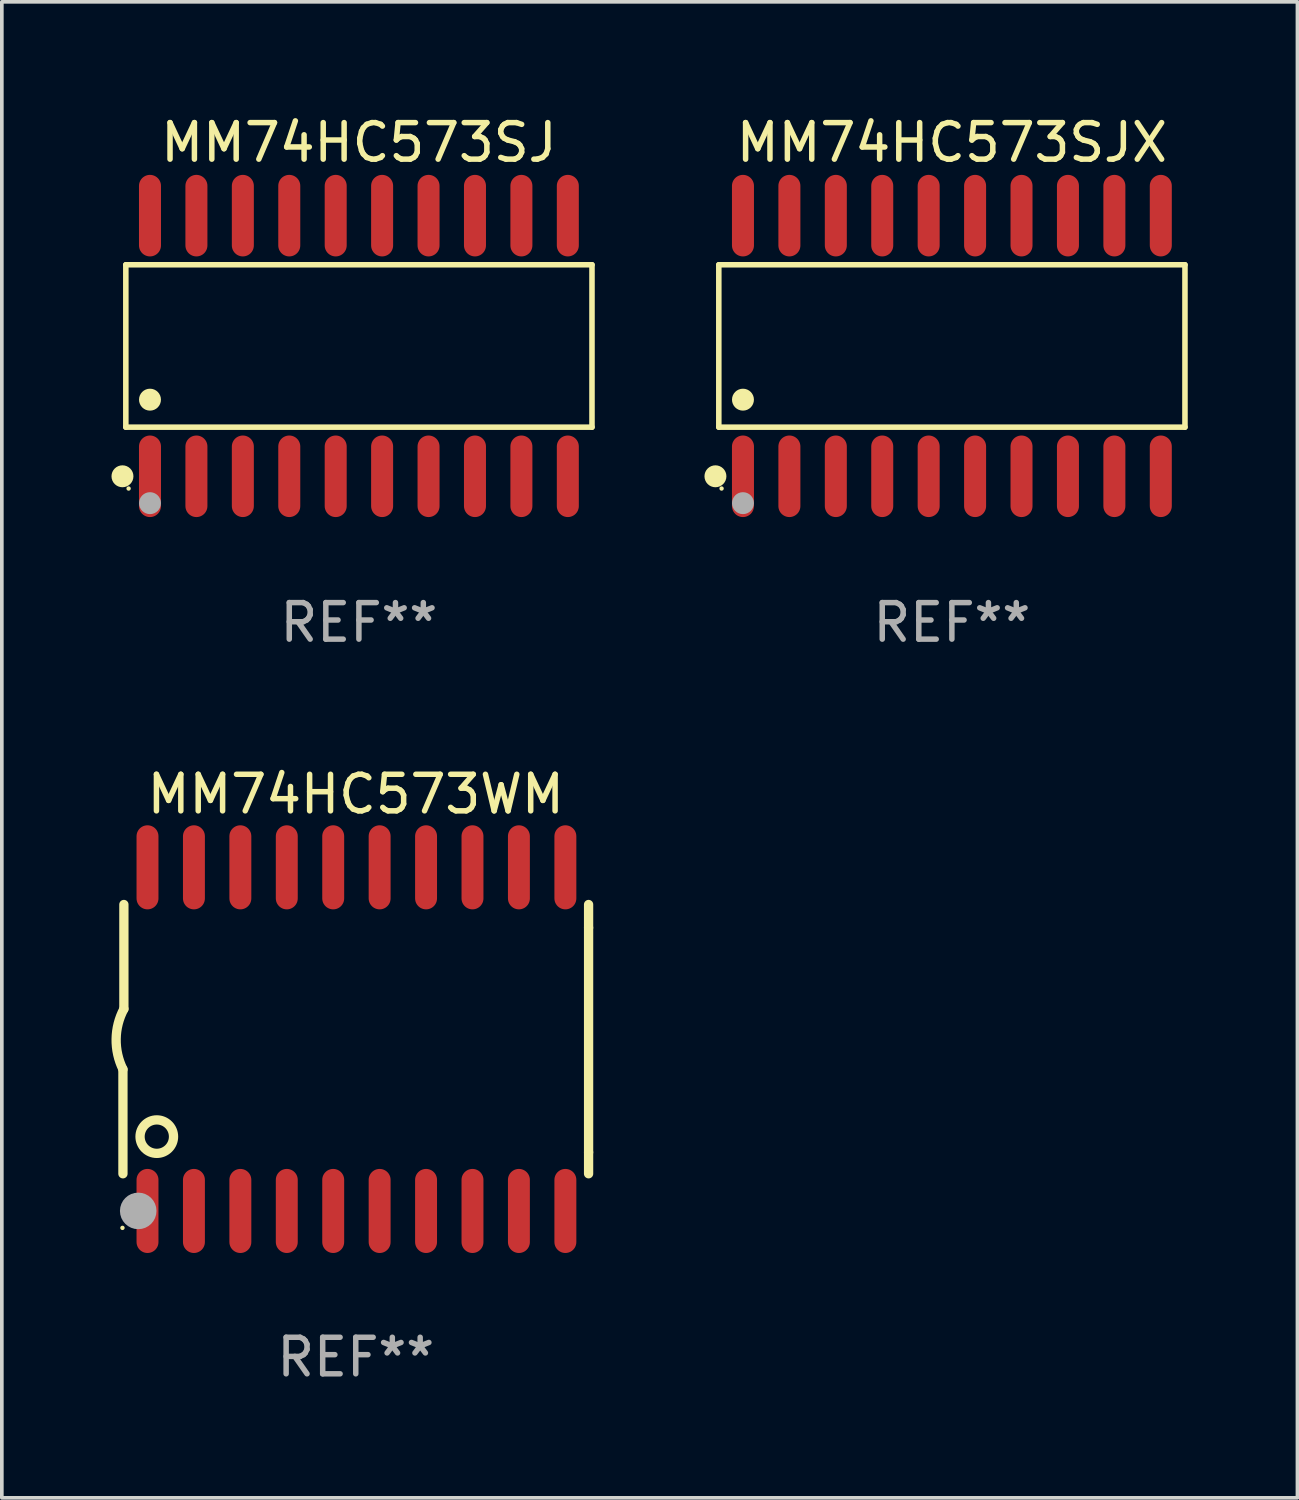
<source format=kicad_pcb>
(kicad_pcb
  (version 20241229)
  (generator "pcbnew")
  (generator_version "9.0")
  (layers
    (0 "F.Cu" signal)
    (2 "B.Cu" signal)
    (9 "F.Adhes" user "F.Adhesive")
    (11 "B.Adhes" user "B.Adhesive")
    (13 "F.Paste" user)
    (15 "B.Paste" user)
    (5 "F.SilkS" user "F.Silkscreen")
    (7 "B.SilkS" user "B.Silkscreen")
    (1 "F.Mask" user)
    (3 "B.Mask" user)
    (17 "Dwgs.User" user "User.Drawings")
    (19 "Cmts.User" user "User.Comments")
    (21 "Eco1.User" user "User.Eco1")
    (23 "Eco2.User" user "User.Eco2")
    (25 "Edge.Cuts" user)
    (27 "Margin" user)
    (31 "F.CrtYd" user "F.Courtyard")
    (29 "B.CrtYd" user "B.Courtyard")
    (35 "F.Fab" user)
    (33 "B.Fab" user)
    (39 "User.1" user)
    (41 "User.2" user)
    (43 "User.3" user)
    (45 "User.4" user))
  (footprint "MM74HC573WM"
    (layer "F.Cu")
    (at 6.682 25.376)
    (property "Reference" "MM74HC573WM" (at 0 -6.7 0) (layer "F.SilkS") (effects (font (size 1 1) (thickness 0.15))))
    (attr through_hole)
    (fp_line (start -6.369 0.826) (end -6.369 3.683) (stroke (width 0.254) (type solid)) (layer "F.SilkS"))
    (fp_line (start -6.343 -0.825) (end -6.343 -3.683) (stroke (width 0.254) (type solid)) (layer "F.SilkS"))
    (fp_line (start 6.369 -3.048) (end 6.369 -3.683) (stroke (width 0.254) (type solid)) (layer "F.SilkS"))
    (fp_line (start 6.369 -3.048) (end 6.369 3.096) (stroke (width 0.254) (type solid)) (layer "F.SilkS"))
    (fp_line (start 6.369 3.096) (end 6.369 3.683) (stroke (width 0.254) (type solid)) (layer "F.SilkS"))
    (fp_arc (start -6.36853 0.825552) (mid -6.554743 -0.00301) (end -6.343129 -0.825451) (stroke (width 0.254001) (type solid)) (layer "F.SilkS"))
    (fp_circle (center -6.382 5.163) (end -6.352 5.163) (stroke (width 0.06) (type solid)) (fill no) (layer "F.SilkS"))
    (fp_circle (center -5.443 2.667) (end -4.985 2.667) (stroke (width 0.254) (type solid)) (fill no) (layer "F.SilkS"))
    (fp_circle (center -5.951 4.699) (end -5.701 4.699) (stroke (width 0.5) (type solid)) (fill no) (layer "F.Fab"))
    (fp_text user "REF**" (at 0 8.7 0) (layer "F.Fab") (effects (font (size 1 1) (thickness 0.15))))
    (pad "1" smd oval (at -5.697 4.7 180) (size 0.6 2.3) (layers "F.Cu" "F.Mask" "F.Paste"))
    (pad "2" smd oval (at -4.427 4.7 180) (size 0.6 2.3) (layers "F.Cu" "F.Mask" "F.Paste"))
    (pad "3" smd oval (at -3.157 4.7 180) (size 0.6 2.3) (layers "F.Cu" "F.Mask" "F.Paste"))
    (pad "4" smd oval (at -1.887 4.7 180) (size 0.6 2.3) (layers "F.Cu" "F.Mask" "F.Paste"))
    (pad "5" smd oval (at -0.617 4.7 180) (size 0.6 2.3) (layers "F.Cu" "F.Mask" "F.Paste"))
    (pad "6" smd oval (at 0.653 4.7 180) (size 0.6 2.3) (layers "F.Cu" "F.Mask" "F.Paste"))
    (pad "7" smd oval (at 1.923 4.7 180) (size 0.6 2.3) (layers "F.Cu" "F.Mask" "F.Paste"))
    (pad "8" smd oval (at 3.193 4.7 180) (size 0.6 2.3) (layers "F.Cu" "F.Mask" "F.Paste"))
    (pad "9" smd oval (at 4.463 4.7 180) (size 0.6 2.3) (layers "F.Cu" "F.Mask" "F.Paste"))
    (pad "10" smd oval (at 5.734 4.7 180) (size 0.6 2.3) (layers "F.Cu" "F.Mask" "F.Paste"))
    (pad "11" smd oval (at 5.734 -4.7 180) (size 0.6 2.3) (layers "F.Cu" "F.Mask" "F.Paste"))
    (pad "12" smd oval (at 4.463 -4.7 180) (size 0.6 2.3) (layers "F.Cu" "F.Mask" "F.Paste"))
    (pad "13" smd oval (at 3.193 -4.7 180) (size 0.6 2.3) (layers "F.Cu" "F.Mask" "F.Paste"))
    (pad "14" smd oval (at 1.923 -4.7 180) (size 0.6 2.3) (layers "F.Cu" "F.Mask" "F.Paste"))
    (pad "15" smd oval (at 0.653 -4.7 180) (size 0.6 2.3) (layers "F.Cu" "F.Mask" "F.Paste"))
    (pad "16" smd oval (at -0.617 -4.7 180) (size 0.6 2.3) (layers "F.Cu" "F.Mask" "F.Paste"))
    (pad "17" smd oval (at -1.887 -4.7 180) (size 0.6 2.3) (layers "F.Cu" "F.Mask" "F.Paste"))
    (pad "18" smd oval (at -3.157 -4.7 180) (size 0.6 2.3) (layers "F.Cu" "F.Mask" "F.Paste"))
    (pad "19" smd oval (at -4.427 -4.7 180) (size 0.6 2.3) (layers "F.Cu" "F.Mask" "F.Paste"))
    (pad "20" smd oval (at -5.697 -4.7 180) (size 0.6 2.3) (layers "F.Cu" "F.Mask" "F.Paste")))
  (footprint "MM74HC573SJ"
    (layer "F.Cu")
    (at 6.768 6.414)
    (property "Reference" "MM74HC573SJ" (at 0 -5.565 0) (layer "F.SilkS") (effects (font (size 1 1) (thickness 0.15))))
    (attr through_hole)
    (fp_line (start -6.376 -2.221) (end 6.376 -2.221) (stroke (width 0.152) (type solid)) (layer "F.SilkS"))
    (fp_line (start -6.376 2.221) (end -6.376 -2.221) (stroke (width 0.152) (type solid)) (layer "F.SilkS"))
    (fp_line (start 6.376 -2.221) (end 6.376 2.221) (stroke (width 0.152) (type solid)) (layer "F.SilkS"))
    (fp_line (start 6.376 2.221) (end -6.376 2.221) (stroke (width 0.152) (type solid)) (layer "F.SilkS"))
    (fp_circle (center -6.468 3.565) (end -6.318 3.565) (stroke (width 0.3) (type solid)) (fill no) (layer "F.SilkS"))
    (fp_circle (center -6.3 3.9) (end -6.27 3.9) (stroke (width 0.06) (type solid)) (fill no) (layer "F.SilkS"))
    (fp_circle (center -5.715 1.469) (end -5.565 1.469) (stroke (width 0.3) (type solid)) (fill no) (layer "F.SilkS"))
    (fp_circle (center -5.715 4.3) (end -5.565 4.3) (stroke (width 0.3) (type solid)) (fill no) (layer "F.Fab"))
    (fp_text user "REF**" (at 0 7.565 0) (layer "F.Fab") (effects (font (size 1 1) (thickness 0.15))))
    (pad "1" smd oval (at -5.715 3.565) (size 0.602 2.231) (layers "F.Cu" "F.Mask" "F.Paste"))
    (pad "2" smd oval (at -4.445 3.565) (size 0.602 2.231) (layers "F.Cu" "F.Mask" "F.Paste"))
    (pad "3" smd oval (at -3.175 3.565) (size 0.602 2.231) (layers "F.Cu" "F.Mask" "F.Paste"))
    (pad "4" smd oval (at -1.905 3.565) (size 0.602 2.231) (layers "F.Cu" "F.Mask" "F.Paste"))
    (pad "5" smd oval (at -0.635 3.565) (size 0.602 2.231) (layers "F.Cu" "F.Mask" "F.Paste"))
    (pad "6" smd oval (at 0.635 3.565) (size 0.602 2.231) (layers "F.Cu" "F.Mask" "F.Paste"))
    (pad "7" smd oval (at 1.905 3.565) (size 0.602 2.231) (layers "F.Cu" "F.Mask" "F.Paste"))
    (pad "8" smd oval (at 3.175 3.565) (size 0.602 2.231) (layers "F.Cu" "F.Mask" "F.Paste"))
    (pad "9" smd oval (at 4.445 3.565) (size 0.602 2.231) (layers "F.Cu" "F.Mask" "F.Paste"))
    (pad "10" smd oval (at 5.715 3.565) (size 0.602 2.231) (layers "F.Cu" "F.Mask" "F.Paste"))
    (pad "11" smd oval (at 5.715 -3.565) (size 0.602 2.231) (layers "F.Cu" "F.Mask" "F.Paste"))
    (pad "12" smd oval (at 4.445 -3.565) (size 0.602 2.231) (layers "F.Cu" "F.Mask" "F.Paste"))
    (pad "13" smd oval (at 3.175 -3.565) (size 0.602 2.231) (layers "F.Cu" "F.Mask" "F.Paste"))
    (pad "14" smd oval (at 1.905 -3.565) (size 0.602 2.231) (layers "F.Cu" "F.Mask" "F.Paste"))
    (pad "15" smd oval (at 0.635 -3.565) (size 0.602 2.231) (layers "F.Cu" "F.Mask" "F.Paste"))
    (pad "16" smd oval (at -0.635 -3.565) (size 0.602 2.231) (layers "F.Cu" "F.Mask" "F.Paste"))
    (pad "17" smd oval (at -1.905 -3.565) (size 0.602 2.231) (layers "F.Cu" "F.Mask" "F.Paste"))
    (pad "18" smd oval (at -3.175 -3.565) (size 0.602 2.231) (layers "F.Cu" "F.Mask" "F.Paste"))
    (pad "19" smd oval (at -4.445 -3.565) (size 0.602 2.231) (layers "F.Cu" "F.Mask" "F.Paste"))
    (pad "20" smd oval (at -5.715 -3.565) (size 0.602 2.231) (layers "F.Cu" "F.Mask" "F.Paste")))
  (footprint "MM74HC573SJX"
    (layer "F.Cu")
    (at 22.989 6.414)
    (property "Reference" "MM74HC573SJX" (at 0 -5.565 0) (layer "F.SilkS") (effects (font (size 1 1) (thickness 0.15))))
    (attr through_hole)
    (fp_line (start -6.376 -2.221) (end 6.376 -2.221) (stroke (width 0.152) (type solid)) (layer "F.SilkS"))
    (fp_line (start -6.376 2.221) (end -6.376 -2.221) (stroke (width 0.152) (type solid)) (layer "F.SilkS"))
    (fp_line (start 6.376 -2.221) (end 6.376 2.221) (stroke (width 0.152) (type solid)) (layer "F.SilkS"))
    (fp_line (start 6.376 2.221) (end -6.376 2.221) (stroke (width 0.152) (type solid)) (layer "F.SilkS"))
    (fp_circle (center -6.468 3.565) (end -6.318 3.565) (stroke (width 0.3) (type solid)) (fill no) (layer "F.SilkS"))
    (fp_circle (center -6.3 3.9) (end -6.27 3.9) (stroke (width 0.06) (type solid)) (fill no) (layer "F.SilkS"))
    (fp_circle (center -5.715 1.469) (end -5.565 1.469) (stroke (width 0.3) (type solid)) (fill no) (layer "F.SilkS"))
    (fp_circle (center -5.715 4.3) (end -5.565 4.3) (stroke (width 0.3) (type solid)) (fill no) (layer "F.Fab"))
    (fp_text user "REF**" (at 0 7.565 0) (layer "F.Fab") (effects (font (size 1 1) (thickness 0.15))))
    (pad "1" smd oval (at -5.715 3.565) (size 0.602 2.231) (layers "F.Cu" "F.Mask" "F.Paste"))
    (pad "2" smd oval (at -4.445 3.565) (size 0.602 2.231) (layers "F.Cu" "F.Mask" "F.Paste"))
    (pad "3" smd oval (at -3.175 3.565) (size 0.602 2.231) (layers "F.Cu" "F.Mask" "F.Paste"))
    (pad "4" smd oval (at -1.905 3.565) (size 0.602 2.231) (layers "F.Cu" "F.Mask" "F.Paste"))
    (pad "5" smd oval (at -0.635 3.565) (size 0.602 2.231) (layers "F.Cu" "F.Mask" "F.Paste"))
    (pad "6" smd oval (at 0.635 3.565) (size 0.602 2.231) (layers "F.Cu" "F.Mask" "F.Paste"))
    (pad "7" smd oval (at 1.905 3.565) (size 0.602 2.231) (layers "F.Cu" "F.Mask" "F.Paste"))
    (pad "8" smd oval (at 3.175 3.565) (size 0.602 2.231) (layers "F.Cu" "F.Mask" "F.Paste"))
    (pad "9" smd oval (at 4.445 3.565) (size 0.602 2.231) (layers "F.Cu" "F.Mask" "F.Paste"))
    (pad "10" smd oval (at 5.715 3.565) (size 0.602 2.231) (layers "F.Cu" "F.Mask" "F.Paste"))
    (pad "11" smd oval (at 5.715 -3.565) (size 0.602 2.231) (layers "F.Cu" "F.Mask" "F.Paste"))
    (pad "12" smd oval (at 4.445 -3.565) (size 0.602 2.231) (layers "F.Cu" "F.Mask" "F.Paste"))
    (pad "13" smd oval (at 3.175 -3.565) (size 0.602 2.231) (layers "F.Cu" "F.Mask" "F.Paste"))
    (pad "14" smd oval (at 1.905 -3.565) (size 0.602 2.231) (layers "F.Cu" "F.Mask" "F.Paste"))
    (pad "15" smd oval (at 0.635 -3.565) (size 0.602 2.231) (layers "F.Cu" "F.Mask" "F.Paste"))
    (pad "16" smd oval (at -0.635 -3.565) (size 0.602 2.231) (layers "F.Cu" "F.Mask" "F.Paste"))
    (pad "17" smd oval (at -1.905 -3.565) (size 0.602 2.231) (layers "F.Cu" "F.Mask" "F.Paste"))
    (pad "18" smd oval (at -3.175 -3.565) (size 0.602 2.231) (layers "F.Cu" "F.Mask" "F.Paste"))
    (pad "19" smd oval (at -4.445 -3.565) (size 0.602 2.231) (layers "F.Cu" "F.Mask" "F.Paste"))
    (pad "20" smd oval (at -5.715 -3.565) (size 0.602 2.231) (layers "F.Cu" "F.Mask" "F.Paste")))
  (gr_rect
    (start -3 -3)
    (end 32.442 37.924)
    (stroke (width 0.1) (type default))
    (fill no)
    (layer "Edge.Cuts")))
</source>
